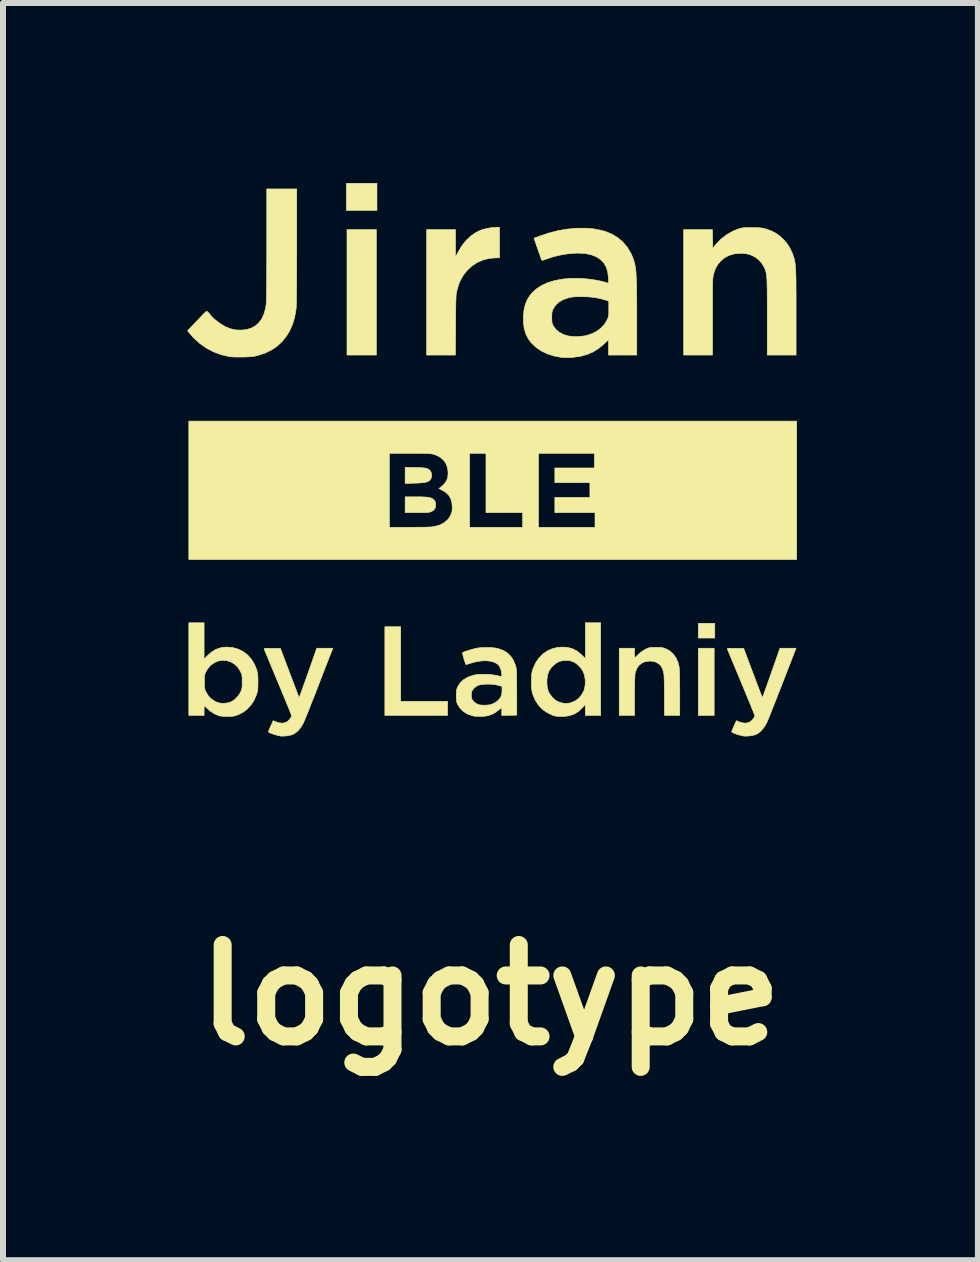
<source format=kicad_pcb>
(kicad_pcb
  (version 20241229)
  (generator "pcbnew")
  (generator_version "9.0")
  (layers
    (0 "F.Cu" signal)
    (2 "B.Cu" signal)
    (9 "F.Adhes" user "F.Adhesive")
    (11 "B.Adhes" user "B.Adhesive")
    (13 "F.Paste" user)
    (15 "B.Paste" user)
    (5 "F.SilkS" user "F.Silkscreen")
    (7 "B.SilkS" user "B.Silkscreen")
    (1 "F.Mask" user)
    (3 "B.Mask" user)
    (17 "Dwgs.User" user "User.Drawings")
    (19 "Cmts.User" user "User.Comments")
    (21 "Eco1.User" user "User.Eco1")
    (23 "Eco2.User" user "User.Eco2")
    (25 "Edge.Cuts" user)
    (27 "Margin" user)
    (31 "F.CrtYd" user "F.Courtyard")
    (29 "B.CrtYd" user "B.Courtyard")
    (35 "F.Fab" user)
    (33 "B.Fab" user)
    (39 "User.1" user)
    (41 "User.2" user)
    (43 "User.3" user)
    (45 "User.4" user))
  (footprint "logotype"
    (layer "F.Cu")
    (at 5.124 13.533)
    (property "Reference" "logotype" (at 0 0 0) (layer "F.SilkS") (effects (font (size 1.524 1.524) (thickness 0.3))))
    (attr through_hole)
    (fp_poly (pts (xy -1.902 -10.666) (xy -2.391 -10.666) (xy -2.391 -12.756) (xy -1.902 -12.756) (xy -1.902 -10.666)) (stroke (width 0.01) (type solid)) (fill yes) (layer "F.SilkS"))
    (fp_poly (pts (xy -1.892 -13.077) (xy -2.401 -13.077) (xy -2.401 -13.528) (xy -1.892 -13.528) (xy -1.892 -13.077)) (stroke (width 0.01) (type solid)) (fill yes) (layer "F.SilkS"))
    (fp_poly (pts (xy 3.728 -4.66) (xy 3.464 -4.66) (xy 3.464 -5.78) (xy 3.728 -5.78) (xy 3.728 -4.66)) (stroke (width 0.01) (type solid)) (fill yes) (layer "F.SilkS"))
    (fp_poly (pts (xy 3.738 -5.95) (xy 3.464 -5.95) (xy 3.464 -6.195) (xy 3.738 -6.195) (xy 3.738 -5.95)) (stroke (width 0.01) (type solid)) (fill yes) (layer "F.SilkS"))
    (fp_poly (pts (xy -1.497 -4.895) (xy -0.715 -4.895) (xy -0.715 -4.66) (xy -1.76 -4.66) (xy -1.76 -6.138) (xy -1.497 -6.138) (xy -1.497 -4.895)) (stroke (width 0.01) (type solid)) (fill yes) (layer "F.SilkS"))
    (fp_poly (pts (xy -1.25 -8.791) (xy -1.182 -8.789) (xy -1.129 -8.787) (xy -1.09 -8.783) (xy -1.061 -8.776) (xy -1.039 -8.767) (xy -1.021 -8.755) (xy -1.005 -8.739) (xy -1.004 -8.738) (xy -0.988 -8.708) (xy -0.981 -8.67) (xy -0.984 -8.631) (xy -0.993 -8.605) (xy -1.008 -8.583) (xy -1.028 -8.566) (xy -1.056 -8.553) (xy -1.094 -8.543) (xy -1.144 -8.537) (xy -1.21 -8.533) (xy -1.259 -8.531) (xy -1.422 -8.527) (xy -1.422 -8.795) (xy -1.25 -8.791)) (stroke (width 0.01) (type solid)) (fill yes) (layer "F.SilkS"))
    (fp_poly (pts (xy -1.16 -8.303) (xy -1.096 -8.3) (xy -1.046 -8.296) (xy -1.008 -8.289) (xy -0.979 -8.279) (xy -0.957 -8.265) (xy -0.938 -8.247) (xy -0.937 -8.246) (xy -0.92 -8.219) (xy -0.914 -8.188) (xy -0.913 -8.173) (xy -0.918 -8.128) (xy -0.933 -8.095) (xy -0.962 -8.07) (xy -0.979 -8.061) (xy -0.994 -8.054) (xy -1.009 -8.049) (xy -1.027 -8.045) (xy -1.051 -8.042) (xy -1.084 -8.041) (xy -1.128 -8.04) (xy -1.187 -8.04) (xy -1.221 -8.04) (xy -1.422 -8.04) (xy -1.422 -8.303) (xy -1.24 -8.303) (xy -1.16 -8.303)) (stroke (width 0.01) (type solid)) (fill yes) (layer "F.SilkS"))
    (fp_poly (pts (xy 0.151 -12.286) (xy 0.089 -12.286) (xy -0.021 -12.277) (xy -0.126 -12.25) (xy -0.224 -12.207) (xy -0.313 -12.148) (xy -0.392 -12.075) (xy -0.453 -11.996) (xy -0.484 -11.944) (xy -0.51 -11.892) (xy -0.532 -11.834) (xy -0.553 -11.764) (xy -0.558 -11.745) (xy -0.562 -11.727) (xy -0.566 -11.71) (xy -0.569 -11.69) (xy -0.572 -11.668) (xy -0.574 -11.64) (xy -0.575 -11.605) (xy -0.577 -11.561) (xy -0.578 -11.507) (xy -0.579 -11.441) (xy -0.58 -11.361) (xy -0.581 -11.265) (xy -0.581 -11.168) (xy -0.585 -10.666) (xy -1.064 -10.666) (xy -1.064 -12.756) (xy -0.584 -12.756) (xy -0.583 -12.528) (xy -0.583 -12.3) (xy -0.543 -12.375) (xy -0.478 -12.484) (xy -0.407 -12.575) (xy -0.328 -12.65) (xy -0.241 -12.709) (xy -0.164 -12.746) (xy -0.102 -12.765) (xy -0.032 -12.781) (xy 0.038 -12.791) (xy 0.089 -12.794) (xy 0.151 -12.794) (xy 0.151 -12.286)) (stroke (width 0.01) (type solid)) (fill yes) (layer "F.SilkS"))
    (fp_poly (pts (xy 2.758 -5.794) (xy 2.81 -5.794) (xy 2.848 -5.791) (xy 2.878 -5.786) (xy 2.906 -5.778) (xy 2.921 -5.772) (xy 2.987 -5.736) (xy 3.044 -5.685) (xy 3.091 -5.621) (xy 3.125 -5.546) (xy 3.144 -5.47) (xy 3.146 -5.446) (xy 3.148 -5.405) (xy 3.15 -5.35) (xy 3.152 -5.282) (xy 3.153 -5.205) (xy 3.154 -5.12) (xy 3.154 -5.034) (xy 3.154 -4.66) (xy 2.9 -4.66) (xy 2.899 -4.973) (xy 2.899 -5.051) (xy 2.898 -5.126) (xy 2.897 -5.196) (xy 2.895 -5.256) (xy 2.893 -5.304) (xy 2.891 -5.339) (xy 2.89 -5.35) (xy 2.873 -5.422) (xy 2.844 -5.48) (xy 2.803 -5.522) (xy 2.751 -5.551) (xy 2.687 -5.564) (xy 2.654 -5.566) (xy 2.584 -5.558) (xy 2.524 -5.534) (xy 2.476 -5.496) (xy 2.439 -5.443) (xy 2.414 -5.376) (xy 2.41 -5.356) (xy 2.408 -5.335) (xy 2.406 -5.298) (xy 2.404 -5.247) (xy 2.402 -5.185) (xy 2.401 -5.115) (xy 2.401 -5.039) (xy 2.401 -4.984) (xy 2.401 -4.66) (xy 2.146 -4.66) (xy 2.146 -5.78) (xy 2.401 -5.78) (xy 2.401 -5.7) (xy 2.401 -5.664) (xy 2.402 -5.637) (xy 2.403 -5.622) (xy 2.403 -5.62) (xy 2.411 -5.626) (xy 2.429 -5.643) (xy 2.453 -5.666) (xy 2.465 -5.678) (xy 2.519 -5.723) (xy 2.576 -5.759) (xy 2.587 -5.765) (xy 2.616 -5.778) (xy 2.639 -5.786) (xy 2.664 -5.791) (xy 2.694 -5.794) (xy 2.735 -5.794) (xy 2.758 -5.794)) (stroke (width 0.01) (type solid)) (fill yes) (layer "F.SilkS"))
    (fp_poly (pts (xy 5.103 -7.258) (xy -5.027 -7.258) (xy -5.027 -9.028) (xy -1.685 -9.028) (xy -1.685 -7.795) (xy -1.339 -7.795) (xy -1.24 -7.796) (xy -1.157 -7.796) (xy -1.09 -7.797) (xy -1.036 -7.799) (xy -0.993 -7.801) (xy -0.96 -7.804) (xy -0.935 -7.808) (xy -0.93 -7.809) (xy -0.844 -7.834) (xy -0.772 -7.872) (xy -0.714 -7.92) (xy -0.672 -7.98) (xy -0.667 -7.989) (xy -0.652 -8.023) (xy -0.643 -8.053) (xy -0.638 -8.084) (xy -0.637 -8.127) (xy -0.637 -8.127) (xy -0.643 -8.207) (xy -0.663 -8.275) (xy -0.698 -8.332) (xy -0.747 -8.379) (xy -0.805 -8.414) (xy -0.859 -8.441) (xy -0.818 -8.472) (xy -0.774 -8.512) (xy -0.739 -8.56) (xy -0.716 -8.61) (xy -0.716 -8.613) (xy -0.711 -8.641) (xy -0.707 -8.678) (xy -0.706 -8.71) (xy -0.715 -8.786) (xy -0.74 -8.854) (xy -0.78 -8.913) (xy -0.835 -8.961) (xy -0.904 -8.997) (xy -0.955 -9.014) (xy -0.974 -9.018) (xy -0.997 -9.021) (xy -1.027 -9.024) (xy -1.066 -9.026) (xy -1.115 -9.027) (xy -1.178 -9.028) (xy -1.254 -9.028) (xy -1.348 -9.028) (xy -0.348 -9.028) (xy -0.348 -7.795) (xy 0.537 -7.795) (xy 0.537 -8.04) (xy -0.075 -8.04) (xy -0.075 -9.028) (xy 0.8 -9.028) (xy 0.8 -7.795) (xy 1.742 -7.795) (xy 1.742 -8.04) (xy 1.073 -8.04) (xy 1.073 -8.294) (xy 1.657 -8.294) (xy 1.657 -8.539) (xy 1.073 -8.539) (xy 1.073 -8.784) (xy 1.732 -8.784) (xy 1.732 -9.028) (xy 0.8 -9.028) (xy -0.075 -9.028) (xy -0.348 -9.028) (xy -1.348 -9.028) (xy -1.685 -9.028) (xy -5.027 -9.028) (xy -5.027 -9.565) (xy 5.103 -9.565) (xy 5.103 -7.258)) (stroke (width 0.01) (type solid)) (fill yes) (layer "F.SilkS"))
    (fp_poly (pts (xy -3.229 -12.476) (xy -3.229 -12.309) (xy -3.23 -12.154) (xy -3.23 -12.012) (xy -3.231 -11.884) (xy -3.232 -11.771) (xy -3.233 -11.672) (xy -3.234 -11.59) (xy -3.235 -11.524) (xy -3.237 -11.476) (xy -3.238 -11.445) (xy -3.239 -11.438) (xy -3.262 -11.305) (xy -3.296 -11.185) (xy -3.344 -11.075) (xy -3.394 -10.991) (xy -3.467 -10.897) (xy -3.553 -10.816) (xy -3.651 -10.75) (xy -3.761 -10.697) (xy -3.874 -10.661) (xy -3.914 -10.651) (xy -3.951 -10.644) (xy -3.99 -10.639) (xy -4.036 -10.636) (xy -4.093 -10.634) (xy -4.128 -10.633) (xy -4.186 -10.633) (xy -4.242 -10.633) (xy -4.291 -10.635) (xy -4.329 -10.637) (xy -4.344 -10.639) (xy -4.481 -10.67) (xy -4.612 -10.718) (xy -4.736 -10.783) (xy -4.849 -10.863) (xy -4.953 -10.958) (xy -5.012 -11.027) (xy -5.048 -11.071) (xy -4.907 -11.22) (xy -4.854 -11.275) (xy -4.813 -11.318) (xy -4.782 -11.351) (xy -4.759 -11.373) (xy -4.742 -11.387) (xy -4.73 -11.393) (xy -4.721 -11.393) (xy -4.714 -11.388) (xy -4.706 -11.379) (xy -4.697 -11.369) (xy -4.675 -11.343) (xy -4.655 -11.318) (xy -4.649 -11.312) (xy -4.626 -11.287) (xy -4.591 -11.256) (xy -4.548 -11.223) (xy -4.503 -11.19) (xy -4.46 -11.162) (xy -4.425 -11.142) (xy -4.339 -11.106) (xy -4.254 -11.086) (xy -4.168 -11.081) (xy -4.075 -11.089) (xy -3.992 -11.112) (xy -3.92 -11.15) (xy -3.86 -11.204) (xy -3.81 -11.272) (xy -3.773 -11.355) (xy -3.747 -11.451) (xy -3.738 -11.512) (xy -3.736 -11.535) (xy -3.735 -11.576) (xy -3.733 -11.633) (xy -3.732 -11.706) (xy -3.731 -11.793) (xy -3.73 -11.893) (xy -3.729 -12.006) (xy -3.729 -12.131) (xy -3.728 -12.265) (xy -3.728 -12.408) (xy -3.728 -12.514) (xy -3.728 -13.434) (xy -3.229 -13.434) (xy -3.229 -12.476)) (stroke (width 0.01) (type solid)) (fill yes) (layer "F.SilkS"))
    (fp_poly (pts (xy 1.836 -4.66) (xy 1.582 -4.66) (xy 1.581 -4.844) (xy 1.539 -4.795) (xy 1.473 -4.731) (xy 1.399 -4.685) (xy 1.317 -4.656) (xy 1.227 -4.643) (xy 1.194 -4.642) (xy 1.15 -4.644) (xy 1.11 -4.646) (xy 1.079 -4.65) (xy 1.071 -4.651) (xy 1.028 -4.666) (xy 0.977 -4.69) (xy 0.925 -4.72) (xy 0.878 -4.753) (xy 0.86 -4.768) (xy 0.798 -4.835) (xy 0.746 -4.915) (xy 0.709 -5.002) (xy 0.699 -5.034) (xy 0.692 -5.063) (xy 0.688 -5.091) (xy 0.685 -5.126) (xy 0.684 -5.17) (xy 0.684 -5.197) (xy 0.94 -5.197) (xy 0.947 -5.125) (xy 0.964 -5.062) (xy 0.969 -5.051) (xy 0.993 -5.01) (xy 1.027 -4.966) (xy 1.067 -4.927) (xy 1.1 -4.903) (xy 1.164 -4.874) (xy 1.235 -4.86) (xy 1.307 -4.864) (xy 1.343 -4.872) (xy 1.412 -4.902) (xy 1.472 -4.947) (xy 1.521 -5.005) (xy 1.557 -5.073) (xy 1.568 -5.107) (xy 1.58 -5.181) (xy 1.579 -5.258) (xy 1.566 -5.333) (xy 1.549 -5.383) (xy 1.517 -5.437) (xy 1.473 -5.488) (xy 1.422 -5.53) (xy 1.377 -5.556) (xy 1.325 -5.572) (xy 1.265 -5.577) (xy 1.202 -5.573) (xy 1.151 -5.561) (xy 1.102 -5.536) (xy 1.054 -5.499) (xy 1.01 -5.455) (xy 0.978 -5.407) (xy 0.975 -5.401) (xy 0.954 -5.341) (xy 0.942 -5.271) (xy 0.94 -5.197) (xy 0.684 -5.197) (xy 0.684 -5.22) (xy 0.684 -5.277) (xy 0.685 -5.32) (xy 0.688 -5.353) (xy 0.693 -5.382) (xy 0.7 -5.41) (xy 0.709 -5.437) (xy 0.749 -5.529) (xy 0.802 -5.61) (xy 0.867 -5.678) (xy 0.942 -5.732) (xy 1.027 -5.771) (xy 1.119 -5.794) (xy 1.196 -5.799) (xy 1.283 -5.793) (xy 1.358 -5.775) (xy 1.428 -5.741) (xy 1.494 -5.691) (xy 1.518 -5.669) (xy 1.582 -5.608) (xy 1.582 -6.204) (xy 1.836 -6.204) (xy 1.836 -4.66)) (stroke (width 0.01) (type solid)) (fill yes) (layer "F.SilkS"))
    (fp_poly (pts (xy -2.646 -5.731) (xy -2.653 -5.713) (xy -2.666 -5.68) (xy -2.685 -5.632) (xy -2.708 -5.572) (xy -2.736 -5.501) (xy -2.767 -5.421) (xy -2.801 -5.334) (xy -2.837 -5.241) (xy -2.875 -5.143) (xy -2.876 -5.139) (xy -2.914 -5.041) (xy -2.951 -4.946) (xy -2.987 -4.857) (xy -3.019 -4.774) (xy -3.049 -4.7) (xy -3.075 -4.637) (xy -3.096 -4.586) (xy -3.111 -4.549) (xy -3.121 -4.528) (xy -3.161 -4.461) (xy -3.207 -4.405) (xy -3.258 -4.363) (xy -3.301 -4.34) (xy -3.342 -4.329) (xy -3.391 -4.32) (xy -3.441 -4.316) (xy -3.485 -4.315) (xy -3.502 -4.317) (xy -3.551 -4.328) (xy -3.598 -4.341) (xy -3.64 -4.355) (xy -3.673 -4.368) (xy -3.694 -4.381) (xy -3.7 -4.389) (xy -3.696 -4.401) (xy -3.686 -4.426) (xy -3.672 -4.46) (xy -3.66 -4.486) (xy -3.621 -4.573) (xy -3.583 -4.556) (xy -3.521 -4.536) (xy -3.464 -4.531) (xy -3.413 -4.543) (xy -3.406 -4.546) (xy -3.38 -4.563) (xy -3.353 -4.589) (xy -3.331 -4.617) (xy -3.316 -4.643) (xy -3.314 -4.655) (xy -3.317 -4.666) (xy -3.328 -4.692) (xy -3.344 -4.733) (xy -3.365 -4.786) (xy -3.392 -4.851) (xy -3.422 -4.925) (xy -3.457 -5.008) (xy -3.494 -5.098) (xy -3.533 -5.193) (xy -3.541 -5.211) (xy -3.581 -5.307) (xy -3.619 -5.398) (xy -3.654 -5.483) (xy -3.686 -5.559) (xy -3.713 -5.626) (xy -3.737 -5.682) (xy -3.755 -5.725) (xy -3.767 -5.755) (xy -3.772 -5.768) (xy -3.773 -5.769) (xy -3.771 -5.774) (xy -3.759 -5.777) (xy -3.736 -5.779) (xy -3.699 -5.779) (xy -3.645 -5.778) (xy -3.639 -5.778) (xy -3.5 -5.776) (xy -3.346 -5.367) (xy -3.314 -5.284) (xy -3.285 -5.206) (xy -3.258 -5.136) (xy -3.235 -5.075) (xy -3.216 -5.024) (xy -3.201 -4.987) (xy -3.192 -4.963) (xy -3.189 -4.955) (xy -3.185 -4.963) (xy -3.176 -4.988) (xy -3.162 -5.026) (xy -3.143 -5.077) (xy -3.121 -5.139) (xy -3.096 -5.21) (xy -3.068 -5.288) (xy -3.04 -5.367) (xy -2.895 -5.78) (xy -2.627 -5.78) (xy -2.646 -5.731)) (stroke (width 0.01) (type solid)) (fill yes) (layer "F.SilkS"))
    (fp_poly (pts (xy 4.416 -12.789) (xy 4.464 -12.788) (xy 4.501 -12.785) (xy 4.532 -12.781) (xy 4.561 -12.775) (xy 4.589 -12.768) (xy 4.678 -12.736) (xy 4.755 -12.697) (xy 4.826 -12.645) (xy 4.873 -12.602) (xy 4.938 -12.529) (xy 4.988 -12.454) (xy 5.028 -12.369) (xy 5.042 -12.332) (xy 5.051 -12.305) (xy 5.059 -12.279) (xy 5.066 -12.252) (xy 5.072 -12.224) (xy 5.077 -12.192) (xy 5.081 -12.156) (xy 5.084 -12.115) (xy 5.087 -12.065) (xy 5.089 -12.007) (xy 5.091 -11.938) (xy 5.092 -11.858) (xy 5.092 -11.765) (xy 5.093 -11.658) (xy 5.093 -11.534) (xy 5.093 -11.394) (xy 5.093 -11.375) (xy 5.093 -10.666) (xy 4.613 -10.666) (xy 4.613 -11.309) (xy 4.613 -11.442) (xy 4.613 -11.558) (xy 4.612 -11.658) (xy 4.612 -11.743) (xy 4.61 -11.815) (xy 4.609 -11.876) (xy 4.607 -11.927) (xy 4.604 -11.969) (xy 4.6 -12.004) (xy 4.595 -12.033) (xy 4.589 -12.057) (xy 4.583 -12.079) (xy 4.575 -12.1) (xy 4.565 -12.12) (xy 4.556 -12.14) (xy 4.525 -12.191) (xy 4.485 -12.239) (xy 4.477 -12.247) (xy 4.416 -12.296) (xy 4.35 -12.33) (xy 4.277 -12.352) (xy 4.192 -12.361) (xy 4.163 -12.361) (xy 4.067 -12.353) (xy 3.981 -12.329) (xy 3.904 -12.289) (xy 3.836 -12.233) (xy 3.787 -12.174) (xy 3.75 -12.109) (xy 3.723 -12.033) (xy 3.718 -12.017) (xy 3.715 -12.002) (xy 3.712 -11.986) (xy 3.709 -11.969) (xy 3.707 -11.948) (xy 3.705 -11.922) (xy 3.703 -11.89) (xy 3.702 -11.851) (xy 3.701 -11.801) (xy 3.701 -11.742) (xy 3.7 -11.67) (xy 3.7 -11.584) (xy 3.7 -11.483) (xy 3.7 -11.365) (xy 3.7 -11.305) (xy 3.7 -10.666) (xy 3.22 -10.666) (xy 3.22 -12.756) (xy 3.699 -12.756) (xy 3.702 -12.602) (xy 3.705 -12.447) (xy 3.755 -12.508) (xy 3.841 -12.598) (xy 3.938 -12.673) (xy 4.045 -12.733) (xy 4.112 -12.76) (xy 4.143 -12.771) (xy 4.168 -12.778) (xy 4.193 -12.784) (xy 4.221 -12.787) (xy 4.256 -12.789) (xy 4.302 -12.789) (xy 4.354 -12.789) (xy 4.416 -12.789)) (stroke (width 0.01) (type solid)) (fill yes) (layer "F.SilkS"))
    (fp_poly (pts (xy 5.073 -5.731) (xy 5.066 -5.713) (xy 5.053 -5.68) (xy 5.035 -5.632) (xy 5.012 -5.572) (xy 4.984 -5.501) (xy 4.953 -5.421) (xy 4.919 -5.334) (xy 4.883 -5.241) (xy 4.845 -5.143) (xy 4.844 -5.139) (xy 4.805 -5.041) (xy 4.768 -4.946) (xy 4.733 -4.857) (xy 4.7 -4.774) (xy 4.671 -4.7) (xy 4.645 -4.637) (xy 4.624 -4.586) (xy 4.609 -4.549) (xy 4.599 -4.528) (xy 4.559 -4.461) (xy 4.512 -4.405) (xy 4.462 -4.363) (xy 4.419 -4.34) (xy 4.378 -4.329) (xy 4.329 -4.32) (xy 4.279 -4.316) (xy 4.235 -4.315) (xy 4.218 -4.317) (xy 4.169 -4.328) (xy 4.122 -4.341) (xy 4.08 -4.355) (xy 4.047 -4.368) (xy 4.026 -4.381) (xy 4.02 -4.389) (xy 4.024 -4.401) (xy 4.034 -4.426) (xy 4.048 -4.46) (xy 4.059 -4.486) (xy 4.099 -4.573) (xy 4.137 -4.556) (xy 4.199 -4.536) (xy 4.256 -4.531) (xy 4.307 -4.543) (xy 4.314 -4.546) (xy 4.34 -4.563) (xy 4.367 -4.589) (xy 4.389 -4.617) (xy 4.403 -4.643) (xy 4.406 -4.655) (xy 4.402 -4.666) (xy 4.392 -4.692) (xy 4.376 -4.733) (xy 4.354 -4.786) (xy 4.328 -4.851) (xy 4.297 -4.925) (xy 4.263 -5.008) (xy 4.226 -5.098) (xy 4.187 -5.193) (xy 4.179 -5.211) (xy 4.139 -5.307) (xy 4.101 -5.398) (xy 4.066 -5.483) (xy 4.034 -5.559) (xy 4.006 -5.626) (xy 3.983 -5.682) (xy 3.965 -5.725) (xy 3.953 -5.755) (xy 3.947 -5.768) (xy 3.947 -5.769) (xy 3.949 -5.774) (xy 3.96 -5.777) (xy 3.984 -5.779) (xy 4.021 -5.779) (xy 4.075 -5.778) (xy 4.081 -5.778) (xy 4.22 -5.776) (xy 4.374 -5.367) (xy 4.406 -5.284) (xy 4.435 -5.206) (xy 4.462 -5.136) (xy 4.485 -5.075) (xy 4.504 -5.024) (xy 4.519 -4.987) (xy 4.528 -4.963) (xy 4.531 -4.955) (xy 4.535 -4.963) (xy 4.544 -4.988) (xy 4.558 -5.026) (xy 4.576 -5.077) (xy 4.599 -5.139) (xy 4.624 -5.21) (xy 4.652 -5.288) (xy 4.679 -5.367) (xy 4.825 -5.78) (xy 4.959 -5.78) (xy 5.093 -5.78) (xy 5.073 -5.731)) (stroke (width 0.01) (type solid)) (fill yes) (layer "F.SilkS"))
    (fp_poly (pts (xy -4.773 -5.598) (xy -4.713 -5.659) (xy -4.645 -5.719) (xy -4.574 -5.761) (xy -4.498 -5.787) (xy -4.414 -5.799) (xy -4.387 -5.799) (xy -4.291 -5.79) (xy -4.202 -5.764) (xy -4.12 -5.723) (xy -4.046 -5.666) (xy -3.984 -5.596) (xy -3.933 -5.513) (xy -3.896 -5.42) (xy -3.891 -5.403) (xy -3.883 -5.368) (xy -3.878 -5.328) (xy -3.875 -5.279) (xy -3.875 -5.215) (xy -3.875 -5.211) (xy -3.876 -5.155) (xy -3.877 -5.113) (xy -3.881 -5.079) (xy -3.887 -5.049) (xy -3.896 -5.017) (xy -3.901 -5.002) (xy -3.938 -4.915) (xy -3.989 -4.837) (xy -4.051 -4.768) (xy -4.123 -4.713) (xy -4.202 -4.672) (xy -4.265 -4.652) (xy -4.301 -4.646) (xy -4.348 -4.643) (xy -4.401 -4.643) (xy -4.452 -4.645) (xy -4.495 -4.649) (xy -4.513 -4.652) (xy -4.564 -4.67) (xy -4.619 -4.699) (xy -4.673 -4.735) (xy -4.714 -4.771) (xy -4.738 -4.795) (xy -4.757 -4.812) (xy -4.768 -4.82) (xy -4.768 -4.82) (xy -4.77 -4.811) (xy -4.772 -4.788) (xy -4.773 -4.755) (xy -4.773 -4.74) (xy -4.773 -4.66) (xy -5.027 -4.66) (xy -5.027 -5.22) (xy -4.768 -5.22) (xy -4.768 -5.169) (xy -4.766 -5.133) (xy -4.762 -5.105) (xy -4.756 -5.082) (xy -4.747 -5.061) (xy -4.705 -4.99) (xy -4.65 -4.933) (xy -4.583 -4.89) (xy -4.535 -4.871) (xy -4.491 -4.863) (xy -4.437 -4.862) (xy -4.382 -4.869) (xy -4.334 -4.882) (xy -4.327 -4.885) (xy -4.273 -4.917) (xy -4.223 -4.963) (xy -4.182 -5.017) (xy -4.165 -5.049) (xy -4.153 -5.075) (xy -4.145 -5.098) (xy -4.141 -5.123) (xy -4.138 -5.155) (xy -4.138 -5.198) (xy -4.138 -5.22) (xy -4.138 -5.269) (xy -4.139 -5.304) (xy -4.143 -5.33) (xy -4.149 -5.352) (xy -4.159 -5.376) (xy -4.168 -5.396) (xy -4.209 -5.461) (xy -4.261 -5.512) (xy -4.321 -5.549) (xy -4.386 -5.571) (xy -4.453 -5.579) (xy -4.522 -5.571) (xy -4.588 -5.547) (xy -4.649 -5.507) (xy -4.672 -5.486) (xy -4.7 -5.454) (xy -4.727 -5.415) (xy -4.741 -5.389) (xy -4.753 -5.364) (xy -4.761 -5.342) (xy -4.765 -5.318) (xy -4.768 -5.288) (xy -4.768 -5.247) (xy -4.768 -5.22) (xy -5.027 -5.22) (xy -5.027 -6.204) (xy -4.773 -6.204) (xy -4.773 -5.598)) (stroke (width 0.01) (type solid)) (fill yes) (layer "F.SilkS"))
    (fp_poly (pts (xy 0.02 -5.79) (xy 0.078 -5.784) (xy 0.122 -5.776) (xy 0.207 -5.746) (xy 0.279 -5.703) (xy 0.337 -5.648) (xy 0.382 -5.579) (xy 0.416 -5.496) (xy 0.421 -5.477) (xy 0.426 -5.46) (xy 0.429 -5.44) (xy 0.432 -5.416) (xy 0.434 -5.385) (xy 0.435 -5.346) (xy 0.436 -5.296) (xy 0.437 -5.234) (xy 0.437 -5.158) (xy 0.438 -5.065) (xy 0.438 -5.041) (xy 0.438 -4.665) (xy 0.313 -4.662) (xy 0.188 -4.66) (xy 0.188 -4.792) (xy 0.136 -4.75) (xy 0.081 -4.709) (xy 0.029 -4.68) (xy -0.028 -4.66) (xy -0.044 -4.655) (xy -0.095 -4.647) (xy -0.156 -4.643) (xy -0.219 -4.644) (xy -0.277 -4.649) (xy -0.308 -4.656) (xy -0.388 -4.686) (xy -0.455 -4.728) (xy -0.509 -4.783) (xy -0.543 -4.838) (xy -0.556 -4.864) (xy -0.563 -4.888) (xy -0.567 -4.914) (xy -0.569 -4.949) (xy -0.57 -4.99) (xy -0.569 -5.001) (xy -0.32 -5.001) (xy -0.317 -4.962) (xy -0.308 -4.929) (xy -0.306 -4.924) (xy -0.282 -4.893) (xy -0.247 -4.864) (xy -0.207 -4.843) (xy -0.202 -4.841) (xy -0.171 -4.834) (xy -0.127 -4.831) (xy -0.078 -4.831) (xy -0.032 -4.834) (xy 0.006 -4.841) (xy 0.011 -4.842) (xy 0.066 -4.866) (xy 0.117 -4.901) (xy 0.156 -4.943) (xy 0.166 -4.958) (xy 0.18 -4.985) (xy 0.188 -5.012) (xy 0.191 -5.046) (xy 0.192 -5.072) (xy 0.193 -5.144) (xy 0.132 -5.162) (xy 0.082 -5.172) (xy 0.023 -5.179) (xy -0.04 -5.182) (xy -0.101 -5.18) (xy -0.154 -5.175) (xy -0.194 -5.166) (xy -0.241 -5.142) (xy -0.282 -5.106) (xy -0.31 -5.068) (xy -0.317 -5.039) (xy -0.32 -5.001) (xy -0.569 -5.001) (xy -0.569 -5.036) (xy -0.567 -5.07) (xy -0.562 -5.095) (xy -0.554 -5.119) (xy -0.543 -5.142) (xy -0.502 -5.206) (xy -0.445 -5.258) (xy -0.374 -5.299) (xy -0.287 -5.329) (xy -0.262 -5.335) (xy -0.208 -5.342) (xy -0.141 -5.345) (xy -0.069 -5.345) (xy 0.004 -5.34) (xy 0.071 -5.332) (xy 0.12 -5.322) (xy 0.188 -5.304) (xy 0.188 -5.351) (xy 0.183 -5.394) (xy 0.169 -5.439) (xy 0.149 -5.48) (xy 0.126 -5.509) (xy 0.126 -5.509) (xy 0.077 -5.54) (xy 0.016 -5.561) (xy -0.057 -5.571) (xy -0.138 -5.57) (xy -0.225 -5.558) (xy -0.317 -5.535) (xy -0.332 -5.53) (xy -0.367 -5.519) (xy -0.393 -5.511) (xy -0.407 -5.509) (xy -0.409 -5.509) (xy -0.415 -5.522) (xy -0.424 -5.547) (xy -0.435 -5.58) (xy -0.446 -5.617) (xy -0.456 -5.653) (xy -0.463 -5.682) (xy -0.467 -5.701) (xy -0.466 -5.705) (xy -0.455 -5.712) (xy -0.429 -5.723) (xy -0.392 -5.735) (xy -0.35 -5.749) (xy -0.305 -5.762) (xy -0.262 -5.773) (xy -0.226 -5.781) (xy -0.174 -5.788) (xy -0.111 -5.792) (xy -0.045 -5.792) (xy 0.02 -5.79)) (stroke (width 0.01) (type solid)) (fill yes) (layer "F.SilkS"))
    (fp_poly (pts (xy 1.721 -12.769) (xy 1.853 -12.743) (xy 1.911 -12.727) (xy 2.021 -12.682) (xy 2.12 -12.623) (xy 2.206 -12.549) (xy 2.28 -12.462) (xy 2.34 -12.362) (xy 2.366 -12.303) (xy 2.379 -12.27) (xy 2.39 -12.237) (xy 2.4 -12.203) (xy 2.408 -12.167) (xy 2.415 -12.127) (xy 2.421 -12.081) (xy 2.426 -12.029) (xy 2.429 -11.969) (xy 2.432 -11.898) (xy 2.435 -11.817) (xy 2.436 -11.723) (xy 2.437 -11.616) (xy 2.438 -11.493) (xy 2.438 -11.353) (xy 2.438 -11.285) (xy 2.438 -10.666) (xy 1.968 -10.666) (xy 1.968 -10.923) (xy 1.894 -10.853) (xy 1.805 -10.778) (xy 1.711 -10.719) (xy 1.609 -10.675) (xy 1.498 -10.645) (xy 1.374 -10.628) (xy 1.332 -10.625) (xy 1.282 -10.624) (xy 1.229 -10.625) (xy 1.183 -10.628) (xy 1.17 -10.629) (xy 1.055 -10.651) (xy 0.946 -10.687) (xy 0.847 -10.735) (xy 0.759 -10.795) (xy 0.685 -10.865) (xy 0.683 -10.866) (xy 0.628 -10.94) (xy 0.588 -11.021) (xy 0.562 -11.112) (xy 0.549 -11.213) (xy 0.549 -11.293) (xy 1.021 -11.293) (xy 1.022 -11.248) (xy 1.024 -11.217) (xy 1.029 -11.193) (xy 1.037 -11.171) (xy 1.05 -11.147) (xy 1.091 -11.091) (xy 1.147 -11.045) (xy 1.215 -11.009) (xy 1.293 -10.985) (xy 1.38 -10.973) (xy 1.473 -10.973) (xy 1.571 -10.986) (xy 1.616 -10.996) (xy 1.705 -11.027) (xy 1.785 -11.071) (xy 1.854 -11.127) (xy 1.91 -11.192) (xy 1.942 -11.248) (xy 1.954 -11.274) (xy 1.963 -11.296) (xy 1.968 -11.318) (xy 1.971 -11.345) (xy 1.972 -11.381) (xy 1.972 -11.431) (xy 1.972 -11.438) (xy 1.972 -11.565) (xy 1.903 -11.587) (xy 1.814 -11.611) (xy 1.724 -11.627) (xy 1.627 -11.636) (xy 1.518 -11.639) (xy 1.516 -11.639) (xy 1.453 -11.639) (xy 1.405 -11.637) (xy 1.366 -11.633) (xy 1.332 -11.628) (xy 1.298 -11.619) (xy 1.295 -11.619) (xy 1.211 -11.589) (xy 1.143 -11.551) (xy 1.09 -11.503) (xy 1.05 -11.445) (xy 1.048 -11.44) (xy 1.035 -11.413) (xy 1.028 -11.388) (xy 1.023 -11.361) (xy 1.022 -11.324) (xy 1.021 -11.293) (xy 0.549 -11.293) (xy 0.549 -11.307) (xy 0.558 -11.41) (xy 0.578 -11.501) (xy 0.61 -11.582) (xy 0.656 -11.656) (xy 0.693 -11.702) (xy 0.766 -11.769) (xy 0.854 -11.826) (xy 0.955 -11.872) (xy 1.069 -11.907) (xy 1.195 -11.931) (xy 1.332 -11.944) (xy 1.478 -11.944) (xy 1.478 -11.944) (xy 1.566 -11.939) (xy 1.657 -11.929) (xy 1.746 -11.916) (xy 1.829 -11.9) (xy 1.901 -11.882) (xy 1.954 -11.865) (xy 1.961 -11.864) (xy 1.966 -11.869) (xy 1.968 -11.883) (xy 1.967 -11.909) (xy 1.966 -11.951) (xy 1.965 -11.957) (xy 1.954 -12.051) (xy 1.929 -12.132) (xy 1.89 -12.2) (xy 1.837 -12.256) (xy 1.77 -12.301) (xy 1.688 -12.334) (xy 1.592 -12.356) (xy 1.546 -12.361) (xy 1.455 -12.365) (xy 1.353 -12.36) (xy 1.244 -12.347) (xy 1.134 -12.326) (xy 1.027 -12.298) (xy 0.928 -12.265) (xy 0.923 -12.263) (xy 0.892 -12.252) (xy 0.868 -12.246) (xy 0.856 -12.246) (xy 0.856 -12.246) (xy 0.851 -12.256) (xy 0.841 -12.282) (xy 0.828 -12.32) (xy 0.811 -12.368) (xy 0.792 -12.422) (xy 0.788 -12.433) (xy 0.726 -12.613) (xy 0.813 -12.646) (xy 0.967 -12.698) (xy 1.123 -12.738) (xy 1.279 -12.765) (xy 1.432 -12.779) (xy 1.58 -12.78) (xy 1.721 -12.769)) (stroke (width 0.01) (type solid)) (fill yes) (layer "F.SilkS")))
  (gr_rect
    (start -3 -3)
    (end 13.247 17.952)
    (stroke (width 0.1) (type default))
    (fill no)
    (layer "Edge.Cuts")))
</source>
